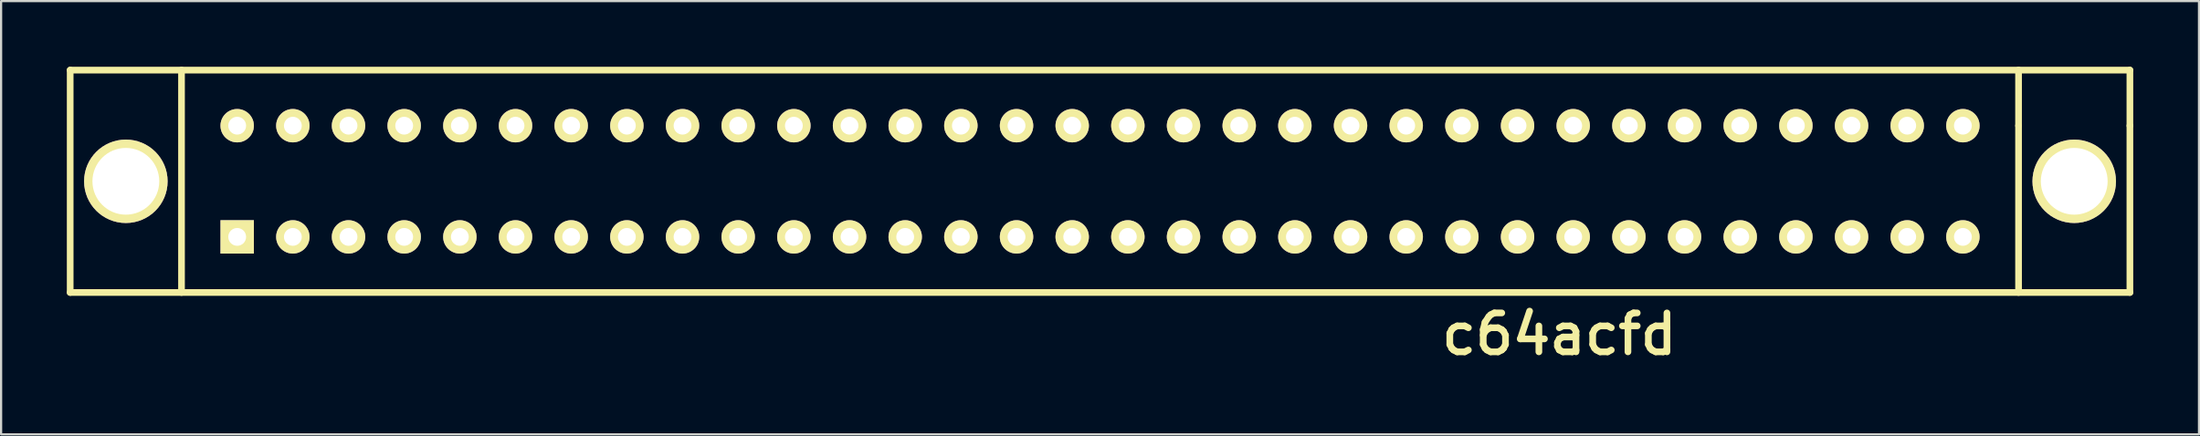
<source format=kicad_pcb>
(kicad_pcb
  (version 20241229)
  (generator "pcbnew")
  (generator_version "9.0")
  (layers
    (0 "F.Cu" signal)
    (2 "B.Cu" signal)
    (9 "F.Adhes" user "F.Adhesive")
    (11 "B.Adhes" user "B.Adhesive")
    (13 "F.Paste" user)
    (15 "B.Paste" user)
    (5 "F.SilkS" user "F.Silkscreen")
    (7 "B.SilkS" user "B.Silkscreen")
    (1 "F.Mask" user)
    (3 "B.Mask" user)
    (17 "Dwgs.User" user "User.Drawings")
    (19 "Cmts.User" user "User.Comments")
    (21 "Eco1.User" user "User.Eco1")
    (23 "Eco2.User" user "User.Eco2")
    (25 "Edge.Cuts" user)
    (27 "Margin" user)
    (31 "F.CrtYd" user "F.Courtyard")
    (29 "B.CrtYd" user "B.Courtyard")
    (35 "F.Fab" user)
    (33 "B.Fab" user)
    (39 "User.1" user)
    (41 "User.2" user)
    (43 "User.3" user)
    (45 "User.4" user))
  (footprint "c64acfd"
    (layer "F.Cu")
    (at 47.142 5.232)
    (property "Reference" "c64acfd" (at 20.955 6.985 0) (layer "F.SilkS") (effects (font (size 1.778 1.778) (thickness 0.305))))
    (attr through_hole)
    (fp_line (start -46.99 5.08) (end -46.99 -5.08) (stroke (width 0.305) (type solid)) (layer "F.SilkS"))
    (fp_line (start -41.91 -5.08) (end -41.91 5.08) (stroke (width 0.305) (type solid)) (layer "F.SilkS"))
    (fp_line (start 41.91 -2.54) (end 41.91 -5.08) (stroke (width 0.305) (type solid)) (layer "F.SilkS"))
    (fp_line (start 41.91 -2.54) (end 41.91 5.08) (stroke (width 0.305) (type solid)) (layer "F.SilkS"))
    (fp_line (start 46.99 -5.08) (end -46.99 -5.08) (stroke (width 0.305) (type solid)) (layer "F.SilkS"))
    (fp_line (start 46.99 -2.54) (end 46.99 -5.08) (stroke (width 0.305) (type solid)) (layer "F.SilkS"))
    (fp_line (start 46.99 -2.54) (end 46.99 5.08) (stroke (width 0.305) (type solid)) (layer "F.SilkS"))
    (fp_line (start 46.99 5.08) (end -46.99 5.08) (stroke (width 0.305) (type solid)) (layer "F.SilkS"))
    (pad "65" thru_hole circle (at 44.45 0) (size 3.81 3.81) (drill 3.048) (layers "*.Cu" "*.Mask" "F.SilkS"))
    (pad "66" thru_hole circle (at -44.45 0) (size 3.81 3.81) (drill 3.048) (layers "*.Cu" "*.Mask" "F.SilkS"))
    (pad "A1" thru_hole rect (at -39.37 2.54) (size 1.524 1.524) (drill 0.813) (layers "*.Cu" "*.Mask" "F.SilkS"))
    (pad "A2" thru_hole circle (at -36.83 2.54) (size 1.524 1.524) (drill 0.813) (layers "*.Cu" "*.Mask" "F.SilkS"))
    (pad "A3" thru_hole circle (at -34.29 2.54) (size 1.524 1.524) (drill 0.813) (layers "*.Cu" "*.Mask" "F.SilkS"))
    (pad "A4" thru_hole circle (at -31.75 2.54) (size 1.524 1.524) (drill 0.813) (layers "*.Cu" "*.Mask" "F.SilkS"))
    (pad "A5" thru_hole circle (at -29.21 2.54) (size 1.524 1.524) (drill 0.813) (layers "*.Cu" "*.Mask" "F.SilkS"))
    (pad "A6" thru_hole circle (at -26.67 2.54) (size 1.524 1.524) (drill 0.813) (layers "*.Cu" "*.Mask" "F.SilkS"))
    (pad "A7" thru_hole circle (at -24.13 2.54) (size 1.524 1.524) (drill 0.813) (layers "*.Cu" "*.Mask" "F.SilkS"))
    (pad "A8" thru_hole circle (at -21.59 2.54) (size 1.524 1.524) (drill 0.813) (layers "*.Cu" "*.Mask" "F.SilkS"))
    (pad "A9" thru_hole circle (at -19.05 2.54) (size 1.524 1.524) (drill 0.813) (layers "*.Cu" "*.Mask" "F.SilkS"))
    (pad "A10" thru_hole circle (at -16.51 2.54) (size 1.524 1.524) (drill 0.813) (layers "*.Cu" "*.Mask" "F.SilkS"))
    (pad "A11" thru_hole circle (at -13.97 2.54) (size 1.524 1.524) (drill 0.813) (layers "*.Cu" "*.Mask" "F.SilkS"))
    (pad "A12" thru_hole circle (at -11.43 2.54) (size 1.524 1.524) (drill 0.813) (layers "*.Cu" "*.Mask" "F.SilkS"))
    (pad "A13" thru_hole circle (at -8.89 2.54) (size 1.524 1.524) (drill 0.813) (layers "*.Cu" "*.Mask" "F.SilkS"))
    (pad "A14" thru_hole circle (at -6.35 2.54) (size 1.524 1.524) (drill 0.813) (layers "*.Cu" "*.Mask" "F.SilkS"))
    (pad "A15" thru_hole circle (at -3.81 2.54) (size 1.524 1.524) (drill 0.813) (layers "*.Cu" "*.Mask" "F.SilkS"))
    (pad "A16" thru_hole circle (at -1.27 2.54) (size 1.524 1.524) (drill 0.813) (layers "*.Cu" "*.Mask" "F.SilkS"))
    (pad "A17" thru_hole circle (at 1.27 2.54) (size 1.524 1.524) (drill 0.813) (layers "*.Cu" "*.Mask" "F.SilkS"))
    (pad "A18" thru_hole circle (at 3.81 2.54) (size 1.524 1.524) (drill 0.813) (layers "*.Cu" "*.Mask" "F.SilkS"))
    (pad "A19" thru_hole circle (at 6.35 2.54) (size 1.524 1.524) (drill 0.813) (layers "*.Cu" "*.Mask" "F.SilkS"))
    (pad "A20" thru_hole circle (at 8.89 2.54) (size 1.524 1.524) (drill 0.813) (layers "*.Cu" "*.Mask" "F.SilkS"))
    (pad "A21" thru_hole circle (at 11.43 2.54) (size 1.524 1.524) (drill 0.813) (layers "*.Cu" "*.Mask" "F.SilkS"))
    (pad "A22" thru_hole circle (at 13.97 2.54) (size 1.524 1.524) (drill 0.813) (layers "*.Cu" "*.Mask" "F.SilkS"))
    (pad "A23" thru_hole circle (at 16.51 2.54) (size 1.524 1.524) (drill 0.813) (layers "*.Cu" "*.Mask" "F.SilkS"))
    (pad "A24" thru_hole circle (at 19.05 2.54) (size 1.524 1.524) (drill 0.813) (layers "*.Cu" "*.Mask" "F.SilkS"))
    (pad "A25" thru_hole circle (at 21.59 2.54) (size 1.524 1.524) (drill 0.813) (layers "*.Cu" "*.Mask" "F.SilkS"))
    (pad "A26" thru_hole circle (at 24.13 2.54) (size 1.524 1.524) (drill 0.813) (layers "*.Cu" "*.Mask" "F.SilkS"))
    (pad "A27" thru_hole circle (at 26.67 2.54) (size 1.524 1.524) (drill 0.813) (layers "*.Cu" "*.Mask" "F.SilkS"))
    (pad "A28" thru_hole circle (at 29.21 2.54) (size 1.524 1.524) (drill 0.813) (layers "*.Cu" "*.Mask" "F.SilkS"))
    (pad "A29" thru_hole circle (at 31.75 2.54) (size 1.524 1.524) (drill 0.813) (layers "*.Cu" "*.Mask" "F.SilkS"))
    (pad "A30" thru_hole circle (at 34.29 2.54) (size 1.524 1.524) (drill 0.813) (layers "*.Cu" "*.Mask" "F.SilkS"))
    (pad "A31" thru_hole circle (at 36.83 2.54) (size 1.524 1.524) (drill 0.813) (layers "*.Cu" "*.Mask" "F.SilkS"))
    (pad "A32" thru_hole circle (at 39.37 2.54) (size 1.524 1.524) (drill 0.813) (layers "*.Cu" "*.Mask" "F.SilkS"))
    (pad "C1" thru_hole circle (at -39.37 -2.54) (size 1.524 1.524) (drill 0.813) (layers "*.Cu" "*.Mask" "F.SilkS"))
    (pad "C2" thru_hole circle (at -36.83 -2.54) (size 1.524 1.524) (drill 0.813) (layers "*.Cu" "*.Mask" "F.SilkS"))
    (pad "C3" thru_hole circle (at -34.29 -2.54) (size 1.524 1.524) (drill 0.813) (layers "*.Cu" "*.Mask" "F.SilkS"))
    (pad "C4" thru_hole circle (at -31.75 -2.54) (size 1.524 1.524) (drill 0.813) (layers "*.Cu" "*.Mask" "F.SilkS"))
    (pad "C5" thru_hole circle (at -29.21 -2.54) (size 1.524 1.524) (drill 0.813) (layers "*.Cu" "*.Mask" "F.SilkS"))
    (pad "C6" thru_hole circle (at -26.67 -2.54) (size 1.524 1.524) (drill 0.813) (layers "*.Cu" "*.Mask" "F.SilkS"))
    (pad "C7" thru_hole circle (at -24.13 -2.54) (size 1.524 1.524) (drill 0.813) (layers "*.Cu" "*.Mask" "F.SilkS"))
    (pad "C8" thru_hole circle (at -21.59 -2.54) (size 1.524 1.524) (drill 0.813) (layers "*.Cu" "*.Mask" "F.SilkS"))
    (pad "C9" thru_hole circle (at -19.05 -2.54) (size 1.524 1.524) (drill 0.813) (layers "*.Cu" "*.Mask" "F.SilkS"))
    (pad "C10" thru_hole circle (at -16.51 -2.54) (size 1.524 1.524) (drill 0.813) (layers "*.Cu" "*.Mask" "F.SilkS"))
    (pad "C11" thru_hole circle (at -13.97 -2.54) (size 1.524 1.524) (drill 0.813) (layers "*.Cu" "*.Mask" "F.SilkS"))
    (pad "C12" thru_hole circle (at -11.43 -2.54) (size 1.524 1.524) (drill 0.813) (layers "*.Cu" "*.Mask" "F.SilkS"))
    (pad "C13" thru_hole circle (at -8.89 -2.54) (size 1.524 1.524) (drill 0.813) (layers "*.Cu" "*.Mask" "F.SilkS"))
    (pad "C14" thru_hole circle (at -6.35 -2.54) (size 1.524 1.524) (drill 0.813) (layers "*.Cu" "*.Mask" "F.SilkS"))
    (pad "C15" thru_hole circle (at -3.81 -2.54) (size 1.524 1.524) (drill 0.813) (layers "*.Cu" "*.Mask" "F.SilkS"))
    (pad "C16" thru_hole circle (at -1.27 -2.54) (size 1.524 1.524) (drill 0.813) (layers "*.Cu" "*.Mask" "F.SilkS"))
    (pad "C17" thru_hole circle (at 1.27 -2.54) (size 1.524 1.524) (drill 0.813) (layers "*.Cu" "*.Mask" "F.SilkS"))
    (pad "C18" thru_hole circle (at 3.81 -2.54) (size 1.524 1.524) (drill 0.813) (layers "*.Cu" "*.Mask" "F.SilkS"))
    (pad "C19" thru_hole circle (at 6.35 -2.54) (size 1.524 1.524) (drill 0.813) (layers "*.Cu" "*.Mask" "F.SilkS"))
    (pad "C20" thru_hole circle (at 8.89 -2.54) (size 1.524 1.524) (drill 0.813) (layers "*.Cu" "*.Mask" "F.SilkS"))
    (pad "C21" thru_hole circle (at 11.43 -2.54) (size 1.524 1.524) (drill 0.813) (layers "*.Cu" "*.Mask" "F.SilkS"))
    (pad "C22" thru_hole circle (at 13.97 -2.54) (size 1.524 1.524) (drill 0.813) (layers "*.Cu" "*.Mask" "F.SilkS"))
    (pad "C23" thru_hole circle (at 16.51 -2.54) (size 1.524 1.524) (drill 0.813) (layers "*.Cu" "*.Mask" "F.SilkS"))
    (pad "C24" thru_hole circle (at 19.05 -2.54) (size 1.524 1.524) (drill 0.813) (layers "*.Cu" "*.Mask" "F.SilkS"))
    (pad "C25" thru_hole circle (at 21.59 -2.54) (size 1.524 1.524) (drill 0.813) (layers "*.Cu" "*.Mask" "F.SilkS"))
    (pad "C26" thru_hole circle (at 24.13 -2.54) (size 1.524 1.524) (drill 0.813) (layers "*.Cu" "*.Mask" "F.SilkS"))
    (pad "C27" thru_hole circle (at 26.67 -2.54) (size 1.524 1.524) (drill 0.813) (layers "*.Cu" "*.Mask" "F.SilkS"))
    (pad "C28" thru_hole circle (at 29.21 -2.54) (size 1.524 1.524) (drill 0.813) (layers "*.Cu" "*.Mask" "F.SilkS"))
    (pad "C29" thru_hole circle (at 31.75 -2.54) (size 1.524 1.524) (drill 0.813) (layers "*.Cu" "*.Mask" "F.SilkS"))
    (pad "C30" thru_hole circle (at 34.29 -2.54) (size 1.524 1.524) (drill 0.813) (layers "*.Cu" "*.Mask" "F.SilkS"))
    (pad "C31" thru_hole circle (at 36.83 -2.54) (size 1.524 1.524) (drill 0.813) (layers "*.Cu" "*.Mask" "F.SilkS"))
    (pad "C32" thru_hole circle (at 39.37 -2.54) (size 1.524 1.524) (drill 0.813) (layers "*.Cu" "*.Mask" "F.SilkS")))
  (gr_rect
    (start -3 -3)
    (end 97.285 16.792)
    (stroke (width 0.1) (type default))
    (fill no)
    (layer "Edge.Cuts")))
</source>
